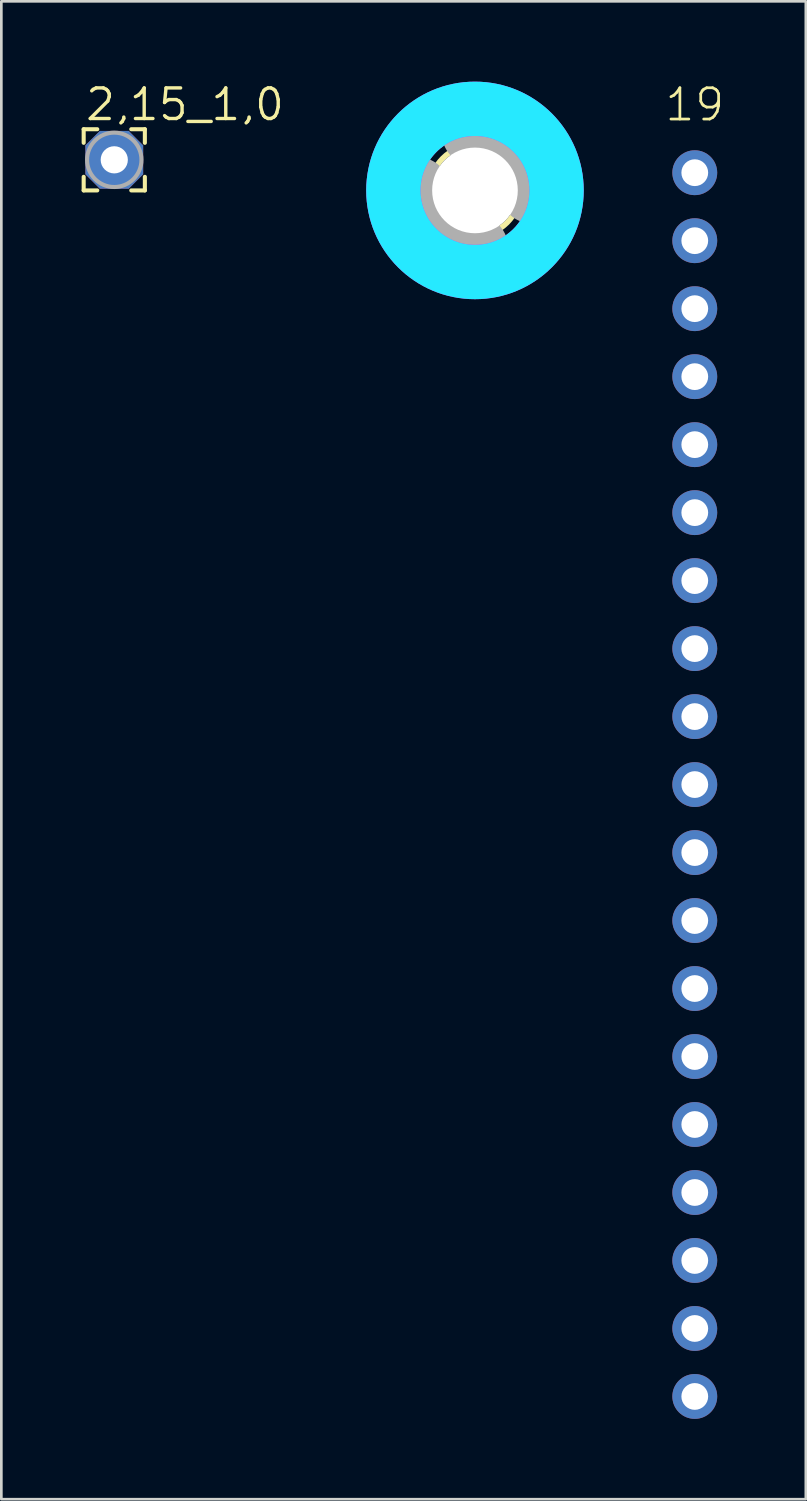
<source format=kicad_pcb>
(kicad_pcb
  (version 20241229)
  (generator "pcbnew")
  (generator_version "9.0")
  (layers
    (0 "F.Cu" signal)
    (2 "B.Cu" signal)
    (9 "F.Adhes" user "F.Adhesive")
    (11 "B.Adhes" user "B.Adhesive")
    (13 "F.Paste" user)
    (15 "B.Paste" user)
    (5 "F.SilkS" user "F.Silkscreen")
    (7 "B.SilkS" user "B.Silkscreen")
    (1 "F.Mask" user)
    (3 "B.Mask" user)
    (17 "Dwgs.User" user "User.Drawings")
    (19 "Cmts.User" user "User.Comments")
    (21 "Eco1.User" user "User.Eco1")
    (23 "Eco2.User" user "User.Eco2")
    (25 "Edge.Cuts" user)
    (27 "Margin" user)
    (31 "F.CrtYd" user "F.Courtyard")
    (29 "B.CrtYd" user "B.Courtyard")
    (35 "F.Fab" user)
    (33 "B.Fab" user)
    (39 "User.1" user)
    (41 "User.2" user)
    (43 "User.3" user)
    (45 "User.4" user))
  (footprint "3,2"
    (layer "F.Cu")
    (at 14.695 4.064)
    (property "Reference" "3,2" (at 0 0 0) (layer "F.SilkS") (effects (font (size 1.27 1.27) (thickness 0.15))))
    (fp_circle (center 0 0) (end 1.7 0) (stroke (width 0.203) (type solid)) (fill no) (layer "F.SilkS"))
    (fp_circle (center 0 0) (end 3.429 0) (stroke (width 0.152) (type solid)) (fill no) (layer "F.SilkS"))
    (fp_circle (center 0 0) (end 3.048 0) (stroke (width 2.032) (type solid)) (fill no) (layer "B.CrtYd"))
    (fp_circle (center 0 0) (end 3.048 0) (stroke (width 2.032) (type solid)) (fill no) (layer "F.CrtYd"))
    (fp_arc (start 0 -2.159) (mid 1.526644 -1.526644) (end 2.159 0) (stroke (width 2.4892) (type solid)) (layer "F.Fab"))
    (fp_arc (start 0 2.159) (mid -1.526644 1.526644) (end -2.159 0) (stroke (width 2.4892) (type solid)) (layer "F.Fab"))
    (fp_circle (center 0 0) (end 0.762 0) (stroke (width 0.457) (type solid)) (fill no) (layer "F.Fab"))
    (pad "" np_thru_hole circle (at 0 0) (size 3.2 3.2) (drill 3.2) (layers "*.Cu" "*.Mask"))
    (zone (net_name "") (layer "F.Cu") (hatch edge 0.508) (connect_pads) (min_thickness 0.254) (filled_areas_thickness no) (keepout (tracks not_allowed) (vias not_allowed) (pads not_allowed) (copperpour not_allowed) (footprints allowed)) (placement (enabled no)) (fill) (polygon (pts (xy 18.759 4.064) (xy 18.697 3.358) (xy 18.514 2.674) (xy 18.214 2.032) (xy 17.808 1.452) (xy 17.307 0.951) (xy 16.727 0.544) (xy 16.085 0.245) (xy 15.401 0.062) (xy 14.695 0) (xy 13.989 0.062) (xy 13.305 0.245) (xy 12.663 0.544) (xy 12.083 0.951) (xy 11.582 1.452) (xy 11.175 2.032) (xy 10.876 2.674) (xy 10.693 3.358) (xy 10.631 4.064) (xy 10.693 4.77) (xy 10.876 5.454) (xy 11.175 6.096) (xy 11.582 6.676) (xy 12.083 7.177) (xy 12.663 7.584) (xy 13.305 7.883) (xy 13.989 8.066) (xy 14.695 8.128) (xy 15.401 8.066) (xy 16.085 7.883) (xy 16.727 7.584) (xy 17.307 7.177) (xy 17.808 6.676) (xy 18.214 6.096) (xy 18.514 5.454) (xy 18.697 4.77))) (polygon (pts (xy 16.727 4.064) (xy 16.696 3.711) (xy 16.604 3.369) (xy 16.455 3.048) (xy 16.251 2.758) (xy 16.001 2.507) (xy 15.711 2.304) (xy 15.39 2.155) (xy 15.048 2.063) (xy 14.695 2.032) (xy 14.342 2.063) (xy 14 2.155) (xy 13.679 2.304) (xy 13.389 2.507) (xy 13.138 2.758) (xy 12.935 3.048) (xy 12.785 3.369) (xy 12.694 3.711) (xy 12.663 4.064) (xy 12.694 4.417) (xy 12.785 4.759) (xy 12.935 5.08) (xy 13.138 5.37) (xy 13.389 5.621) (xy 13.679 5.824) (xy 14 5.973) (xy 14.342 6.065) (xy 14.695 6.096) (xy 15.048 6.065) (xy 15.39 5.973) (xy 15.711 5.824) (xy 16.001 5.621) (xy 16.251 5.37) (xy 16.455 5.08) (xy 16.604 4.759) (xy 16.696 4.417))))
    (zone (net_name "") (layers "F.Cu" "B.Cu") (hatch edge 0.508) (connect_pads) (min_thickness 0.254) (filled_areas_thickness no) (keepout (tracks allowed) (vias not_allowed) (pads allowed) (copperpour allowed) (footprints allowed)) (placement (enabled no)) (fill) (polygon (pts (xy 18.759 4.064) (xy 18.697 3.358) (xy 18.514 2.674) (xy 18.214 2.032) (xy 17.808 1.452) (xy 17.307 0.951) (xy 16.727 0.544) (xy 16.085 0.245) (xy 15.401 0.062) (xy 14.695 0) (xy 13.989 0.062) (xy 13.305 0.245) (xy 12.663 0.544) (xy 12.083 0.951) (xy 11.582 1.452) (xy 11.175 2.032) (xy 10.876 2.674) (xy 10.693 3.358) (xy 10.631 4.064) (xy 10.693 4.77) (xy 10.876 5.454) (xy 11.175 6.096) (xy 11.582 6.676) (xy 12.083 7.177) (xy 12.663 7.584) (xy 13.305 7.883) (xy 13.989 8.066) (xy 14.695 8.128) (xy 15.401 8.066) (xy 16.085 7.883) (xy 16.727 7.584) (xy 17.307 7.177) (xy 17.808 6.676) (xy 18.214 6.096) (xy 18.514 5.454) (xy 18.697 4.77))) (polygon (pts (xy 16.727 4.064) (xy 16.696 3.711) (xy 16.604 3.369) (xy 16.455 3.048) (xy 16.251 2.758) (xy 16.001 2.507) (xy 15.711 2.304) (xy 15.39 2.155) (xy 15.048 2.063) (xy 14.695 2.032) (xy 14.342 2.063) (xy 14 2.155) (xy 13.679 2.304) (xy 13.389 2.507) (xy 13.138 2.758) (xy 12.935 3.048) (xy 12.785 3.369) (xy 12.694 3.711) (xy 12.663 4.064) (xy 12.694 4.417) (xy 12.785 4.759) (xy 12.935 5.08) (xy 13.138 5.37) (xy 13.389 5.621) (xy 13.679 5.824) (xy 14 5.973) (xy 14.342 6.065) (xy 14.695 6.096) (xy 15.048 6.065) (xy 15.39 5.973) (xy 15.711 5.824) (xy 16.001 5.621) (xy 16.251 5.37) (xy 16.455 5.08) (xy 16.604 4.759) (xy 16.696 4.417))))
    (zone (net_name "") (layer "B.Cu") (hatch edge 0.508) (connect_pads) (min_thickness 0.254) (filled_areas_thickness no) (keepout (tracks not_allowed) (vias not_allowed) (pads not_allowed) (copperpour not_allowed) (footprints allowed)) (placement (enabled no)) (fill) (polygon (pts (xy 18.759 4.064) (xy 18.697 3.358) (xy 18.514 2.674) (xy 18.214 2.032) (xy 17.808 1.452) (xy 17.307 0.951) (xy 16.727 0.544) (xy 16.085 0.245) (xy 15.401 0.062) (xy 14.695 0) (xy 13.989 0.062) (xy 13.305 0.245) (xy 12.663 0.544) (xy 12.083 0.951) (xy 11.582 1.452) (xy 11.175 2.032) (xy 10.876 2.674) (xy 10.693 3.358) (xy 10.631 4.064) (xy 10.693 4.77) (xy 10.876 5.454) (xy 11.175 6.096) (xy 11.582 6.676) (xy 12.083 7.177) (xy 12.663 7.584) (xy 13.305 7.883) (xy 13.989 8.066) (xy 14.695 8.128) (xy 15.401 8.066) (xy 16.085 7.883) (xy 16.727 7.584) (xy 17.307 7.177) (xy 17.808 6.676) (xy 18.214 6.096) (xy 18.514 5.454) (xy 18.697 4.77))) (polygon (pts (xy 16.727 4.064) (xy 16.696 3.711) (xy 16.604 3.369) (xy 16.455 3.048) (xy 16.251 2.758) (xy 16.001 2.507) (xy 15.711 2.304) (xy 15.39 2.155) (xy 15.048 2.063) (xy 14.695 2.032) (xy 14.342 2.063) (xy 14 2.155) (xy 13.679 2.304) (xy 13.389 2.507) (xy 13.138 2.758) (xy 12.935 3.048) (xy 12.785 3.369) (xy 12.694 3.711) (xy 12.663 4.064) (xy 12.694 4.417) (xy 12.785 4.759) (xy 12.935 5.08) (xy 13.138 5.37) (xy 13.389 5.621) (xy 13.679 5.824) (xy 14 5.973) (xy 14.342 6.065) (xy 14.695 6.096) (xy 15.048 6.065) (xy 15.39 5.973) (xy 15.711 5.824) (xy 16.001 5.621) (xy 16.251 5.37) (xy 16.455 5.08) (xy 16.604 4.759) (xy 16.696 4.417)))))
  (footprint "2,15_1,0"
    (layer "F.Cu")
    (at 1.219 2.921)
    (property "Reference" "2,15_1,0" (at -1.143 -1.397 0) (layer "F.SilkS") (effects (font (size 1.143 1.143) (thickness 0.127)) (justify left bottom)))
    (fp_line (start -1.143 -1.143) (end -1.143 -0.635) (stroke (width 0.152) (type solid)) (layer "F.SilkS"))
    (fp_line (start -1.143 0.635) (end -1.143 1.143) (stroke (width 0.152) (type solid)) (layer "F.SilkS"))
    (fp_line (start -1.143 1.143) (end -0.635 1.143) (stroke (width 0.152) (type solid)) (layer "F.SilkS"))
    (fp_line (start -0.635 -1.143) (end -1.143 -1.143) (stroke (width 0.152) (type solid)) (layer "F.SilkS"))
    (fp_line (start 1.143 -1.143) (end 0.635 -1.143) (stroke (width 0.152) (type solid)) (layer "F.SilkS"))
    (fp_line (start 1.143 -0.635) (end 1.143 -1.143) (stroke (width 0.152) (type solid)) (layer "F.SilkS"))
    (fp_line (start 1.143 1.143) (end 0.635 1.143) (stroke (width 0.152) (type solid)) (layer "F.SilkS"))
    (fp_line (start 1.143 1.143) (end 1.143 0.635) (stroke (width 0.152) (type solid)) (layer "F.SilkS"))
    (fp_circle (center 0 0) (end 1.016 0) (stroke (width 0.152) (type solid)) (fill no) (layer "F.Fab"))
    (pad "1" thru_hole roundrect (at 0 0) (size 2.159 2.159) (drill 1.016) (layers "*.Cu" "*.Mask") (roundrect_rratio 0.25) (chamfer_ratio 0.25) (chamfer top_left top_right bottom_left bottom_right)))
  (footprint "19"
    (layer "F.Cu")
    (at 22.907 3.402)
    (property "Reference" "19" (at 0 -2.54 0) (layer "F.SilkS") (effects (font (size 1.168 1.168) (thickness 0.102))))
    (pad "P$1" thru_hole circle (at 0 0) (size 1.676 1.676) (drill 1) (layers "*.Cu" "*.Mask"))
    (pad "P$2" thru_hole circle (at 0 2.54) (size 1.676 1.676) (drill 1) (layers "*.Cu" "*.Mask"))
    (pad "P$3" thru_hole circle (at 0 5.08) (size 1.676 1.676) (drill 1) (layers "*.Cu" "*.Mask"))
    (pad "P$4" thru_hole circle (at 0 7.62) (size 1.676 1.676) (drill 1) (layers "*.Cu" "*.Mask"))
    (pad "P$5" thru_hole circle (at 0 10.16) (size 1.676 1.676) (drill 1) (layers "*.Cu" "*.Mask"))
    (pad "P$6" thru_hole circle (at 0 12.7) (size 1.676 1.676) (drill 1) (layers "*.Cu" "*.Mask"))
    (pad "P$7" thru_hole circle (at 0 15.24) (size 1.676 1.676) (drill 1) (layers "*.Cu" "*.Mask"))
    (pad "P$8" thru_hole circle (at 0 17.78) (size 1.676 1.676) (drill 1) (layers "*.Cu" "*.Mask"))
    (pad "P$9" thru_hole circle (at 0 20.32) (size 1.676 1.676) (drill 1) (layers "*.Cu" "*.Mask"))
    (pad "P$10" thru_hole circle (at 0 22.86) (size 1.676 1.676) (drill 1) (layers "*.Cu" "*.Mask"))
    (pad "P$11" thru_hole circle (at 0 25.4) (size 1.676 1.676) (drill 1) (layers "*.Cu" "*.Mask"))
    (pad "P$12" thru_hole circle (at 0 27.94) (size 1.676 1.676) (drill 1) (layers "*.Cu" "*.Mask"))
    (pad "P$13" thru_hole circle (at 0 30.48) (size 1.676 1.676) (drill 1) (layers "*.Cu" "*.Mask"))
    (pad "P$14" thru_hole circle (at 0 33.02) (size 1.676 1.676) (drill 1) (layers "*.Cu" "*.Mask"))
    (pad "P$15" thru_hole circle (at 0 35.56) (size 1.676 1.676) (drill 1) (layers "*.Cu" "*.Mask"))
    (pad "P$16" thru_hole circle (at 0 38.1) (size 1.676 1.676) (drill 1) (layers "*.Cu" "*.Mask"))
    (pad "P$17" thru_hole circle (at 0 40.64) (size 1.676 1.676) (drill 1) (layers "*.Cu" "*.Mask"))
    (pad "P$18" thru_hole circle (at 0 43.18) (size 1.676 1.676) (drill 1) (layers "*.Cu" "*.Mask"))
    (pad "P$19" thru_hole circle (at 0 45.72) (size 1.676 1.676) (drill 1) (layers "*.Cu" "*.Mask")))
  (gr_rect
    (start -3 -3)
    (end 27.056 52.96)
    (stroke (width 0.1) (type default))
    (fill no)
    (layer "Edge.Cuts")))
</source>
